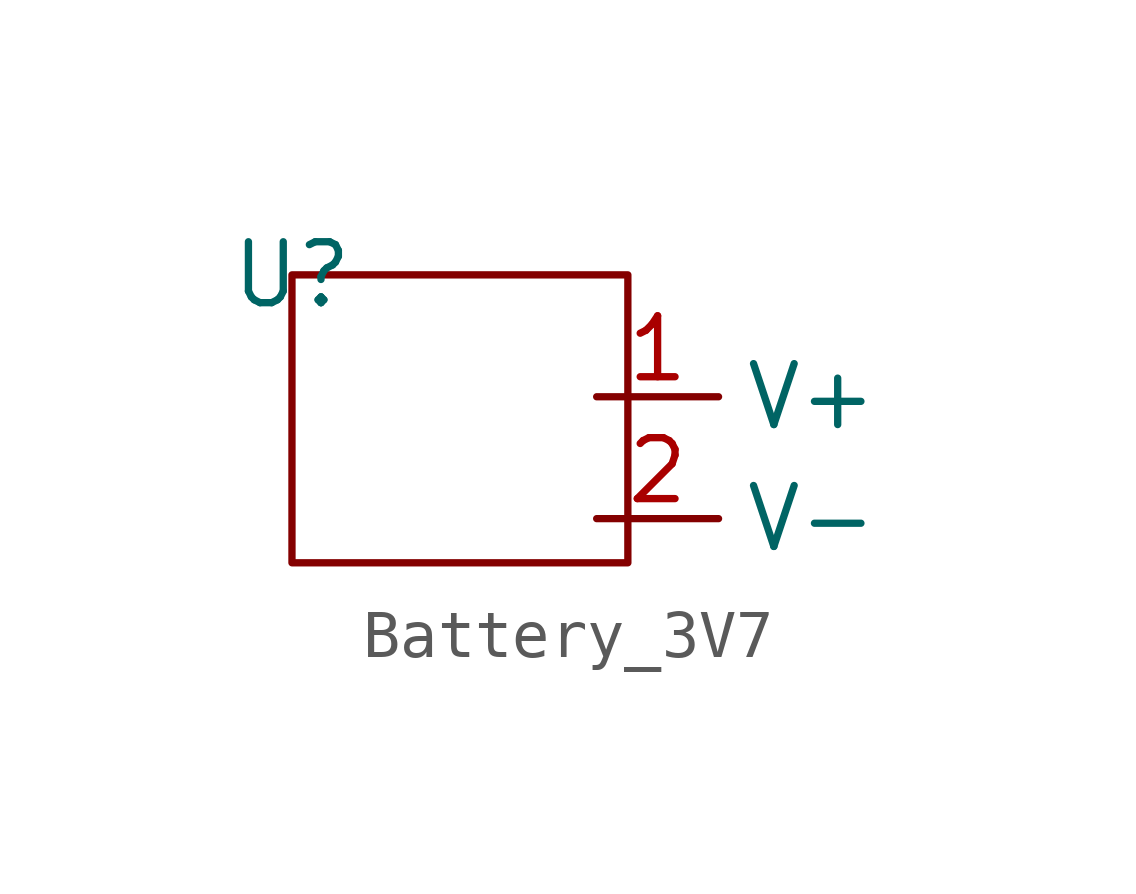
<source format=kicad_sym>
(kicad_symbol_lib
  (version 20231120)
  (generator "kicad_symbol_editor")
  (generator_version "8.0")
  (symbol "Battery_3V7"
    (property "Reference" "U"
      (at 0 0 0)
      (effects (font (size 1.27 1.27))))
    (property "Value" ""
      (at 0 0 0)
      (effects (font (size 1.27 1.27))))
    (symbol "Battery_3V7_0_1"
      (rectangle (start 0 0) (end 7 -6) (stroke (width 0) (type default)) (fill (type none))))
    (symbol "Battery_3V7_1_1"
      (pin input line (at 6.35 -2.54 0) (length 2.54) (name "V+" (effects (font (size 1.27 1.27)))) (number "1" (effects (font (size 1.27 1.27)))))
      (pin input line (at 6.35 -5.08 0) (length 2.54) (name "V-" (effects (font (size 1.27 1.27)))) (number "2" (effects (font (size 1.27 1.27))))))))
</source>
